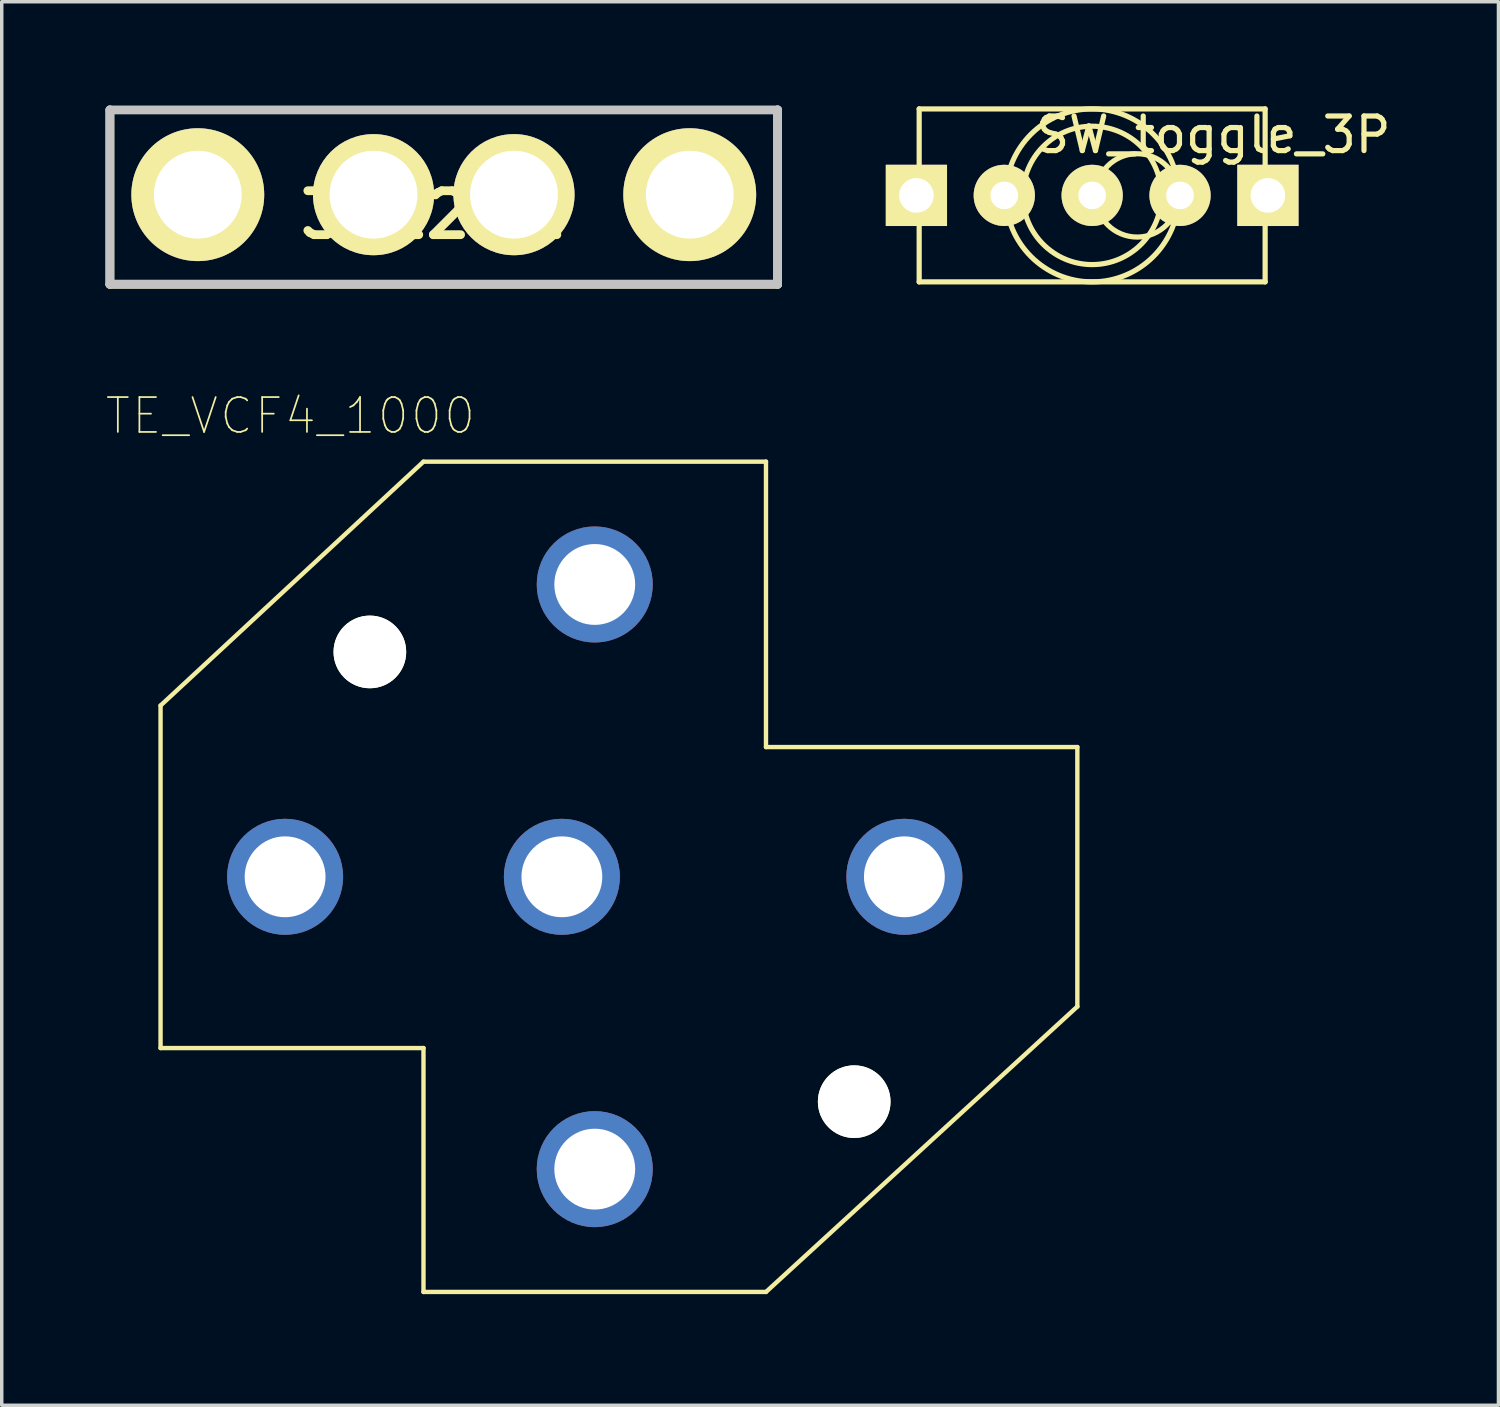
<source format=kicad_pcb>
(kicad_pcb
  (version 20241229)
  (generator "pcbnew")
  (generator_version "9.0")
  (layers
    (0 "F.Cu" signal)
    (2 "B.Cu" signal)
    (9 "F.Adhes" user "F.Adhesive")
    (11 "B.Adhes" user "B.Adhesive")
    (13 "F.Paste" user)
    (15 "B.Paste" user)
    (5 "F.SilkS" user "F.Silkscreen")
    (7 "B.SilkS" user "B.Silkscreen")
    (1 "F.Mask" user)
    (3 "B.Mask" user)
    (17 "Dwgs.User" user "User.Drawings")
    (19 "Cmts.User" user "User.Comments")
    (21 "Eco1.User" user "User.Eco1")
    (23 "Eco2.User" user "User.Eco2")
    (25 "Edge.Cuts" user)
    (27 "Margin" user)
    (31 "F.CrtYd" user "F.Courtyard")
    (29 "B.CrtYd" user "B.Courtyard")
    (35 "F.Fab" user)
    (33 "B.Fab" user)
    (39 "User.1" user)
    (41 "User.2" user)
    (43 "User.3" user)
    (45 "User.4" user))
  (footprint "3522-2"
    (layer "F.Cu")
    (at 9.777 0.727)
    (property "Reference" "3522-2" (at -0.3 2.432 0) (layer "F.SilkS") (effects (font (size 1.27 1.27) (thickness 0.254))))
    (attr through_hole)
    (fp_line (start -9.65 -0.6) (end -9.65 4.44) (stroke (width 0.254) (type solid)) (layer "F.SilkS"))
    (fp_line (start -9.65 4.44) (end 9.65 4.44) (stroke (width 0.254) (type solid)) (layer "F.SilkS"))
    (fp_line (start 9.65 4.44) (end 9.65 -0.6) (stroke (width 0.254) (type solid)) (layer "F.SilkS"))
    (fp_line (start -9.65 -0.6) (end 9.65 -0.6) (stroke (width 0.254) (type solid)) (layer "Dwgs.User"))
    (fp_line (start -9.65 4.44) (end -9.65 -0.6) (stroke (width 0.254) (type solid)) (layer "Dwgs.User"))
    (fp_line (start 9.65 -0.6) (end 9.65 4.44) (stroke (width 0.254) (type solid)) (layer "Dwgs.User"))
    (fp_line (start 9.65 4.44) (end -9.65 4.44) (stroke (width 0.254) (type solid)) (layer "Dwgs.User"))
    (pad "1" thru_hole circle (at -7.11 1.85 90) (size 3.84 3.84) (drill 2.54) (layers "*.Cu" "*.Mask" "F.SilkS"))
    (pad "2" thru_hole circle (at -2.03 1.85 90) (size 3.5 3.5) (drill 2.54) (layers "*.Cu" "*.Mask" "F.SilkS"))
    (pad "3" thru_hole circle (at 2.03 1.85 90) (size 3.5 3.5) (drill 2.54) (layers "*.Cu" "*.Mask" "F.SilkS"))
    (pad "4" thru_hole circle (at 7.11 1.85 90) (size 3.84 3.84) (drill 2.54) (layers "*.Cu" "*.Mask" "F.SilkS")))
  (footprint "SW_toggle_3P"
    (placed yes)
    (layer "F.Cu")
    (at 28.519 2.598)
    (property "Reference" "SW_toggle_3P" (at 3.5 -1.75 0) (layer "F.SilkS") (effects (font (size 1 1) (thickness 0.15))))
    (attr through_hole)
    (fp_line (start -5 -2.5) (end -5 2.5) (stroke (width 0.15) (type solid)) (layer "F.SilkS"))
    (fp_line (start -5 2.5) (end 5 2.5) (stroke (width 0.15) (type solid)) (layer "F.SilkS"))
    (fp_line (start 5 -2.5) (end -5 -2.5) (stroke (width 0.15) (type solid)) (layer "F.SilkS"))
    (fp_line (start 5 2.5) (end 5 -2.5) (stroke (width 0.15) (type solid)) (layer "F.SilkS"))
    (fp_circle (center 0 0) (end 0 -2.5) (stroke (width 0.15) (type solid)) (fill no) (layer "F.SilkS"))
    (fp_circle (center 0 0) (end 2 0) (stroke (width 0.15) (type solid)) (fill no) (layer "F.SilkS"))
    (fp_circle (center 1.3 0) (end 2.5 -0.1) (stroke (width 0.15) (type solid)) (fill no) (layer "F.SilkS"))
    (pad "1" thru_hole circle (at -2.54 0) (size 1.77 1.77) (drill 0.8) (layers "*.Cu" "*.Mask" "F.SilkS"))
    (pad "2" thru_hole circle (at 0 0) (size 1.77 1.77) (drill 0.8) (layers "*.Cu" "*.Mask" "F.SilkS"))
    (pad "3" thru_hole circle (at 2.54 0) (size 1.77 1.77) (drill 0.8) (layers "*.Cu" "*.Mask" "F.SilkS"))
    (pad "4" thru_hole rect (at 5.08 0) (size 1.77 1.77) (drill 1) (layers "*.Cu" "*.Mask" "F.SilkS"))
    (pad "5" thru_hole rect (at -5.08 0) (size 1.77 1.77) (drill 1) (layers "*.Cu" "*.Mask" "F.SilkS")))
  (footprint "TE_VCF4_1000"
    (layer "F.Cu")
    (at 14.141 22.294)
    (property "Reference" "TE_VCF4_1000" (at -8.798 -13.323 0) (layer "F.SilkS") (effects (font (size 1.007 1.007) (thickness 0.05))))
    (attr through_hole)
    (fp_line (start -12.55 -4.95) (end -4.95 -12) (stroke (width 0.127) (type solid)) (layer "F.SilkS"))
    (fp_line (start -12.55 4.95) (end -12.55 -4.95) (stroke (width 0.127) (type solid)) (layer "F.SilkS"))
    (fp_line (start -4.95 -12) (end 4.95 -12) (stroke (width 0.127) (type solid)) (layer "F.SilkS"))
    (fp_line (start -4.95 4.95) (end -12.55 4.95) (stroke (width 0.127) (type solid)) (layer "F.SilkS"))
    (fp_line (start -4.95 12) (end -4.95 4.95) (stroke (width 0.127) (type solid)) (layer "F.SilkS"))
    (fp_line (start 4.95 -12) (end 4.95 -3.75) (stroke (width 0.127) (type solid)) (layer "F.SilkS"))
    (fp_line (start 4.95 -3.75) (end 13.95 -3.75) (stroke (width 0.127) (type solid)) (layer "F.SilkS"))
    (fp_line (start 4.95 12) (end -4.95 12) (stroke (width 0.127) (type solid)) (layer "F.SilkS"))
    (fp_line (start 4.95 12) (end 13.95 3.75) (stroke (width 0.127) (type solid)) (layer "F.SilkS"))
    (fp_line (start 13.95 -3.75) (end 13.95 3.75) (stroke (width 0.127) (type solid)) (layer "F.SilkS"))
    (fp_line (start -12.8 -12.25) (end 14.2 -12.25) (stroke (width 0.05) (type solid)) (layer "Eco1.User"))
    (fp_line (start -12.8 12.25) (end -12.8 -12.25) (stroke (width 0.05) (type solid)) (layer "Eco1.User"))
    (fp_line (start 14.2 -12.25) (end 14.2 12.25) (stroke (width 0.05) (type solid)) (layer "Eco1.User"))
    (fp_line (start 14.2 12.25) (end -12.8 12.25) (stroke (width 0.05) (type solid)) (layer "Eco1.User"))
    (fp_line (start -12.55 -4.95) (end -4.95 -12) (stroke (width 0.127) (type solid)) (layer "Eco2.User"))
    (fp_line (start -12.55 4.95) (end -12.55 -4.95) (stroke (width 0.127) (type solid)) (layer "Eco2.User"))
    (fp_line (start -4.95 -12) (end 4.95 -12) (stroke (width 0.127) (type solid)) (layer "Eco2.User"))
    (fp_line (start -4.95 4.95) (end -12.55 4.95) (stroke (width 0.127) (type solid)) (layer "Eco2.User"))
    (fp_line (start -4.95 12) (end -4.95 4.95) (stroke (width 0.127) (type solid)) (layer "Eco2.User"))
    (fp_line (start 4.95 -12) (end 4.95 -3.75) (stroke (width 0.127) (type solid)) (layer "Eco2.User"))
    (fp_line (start 4.95 -3.75) (end 13.95 -3.75) (stroke (width 0.127) (type solid)) (layer "Eco2.User"))
    (fp_line (start 4.95 12) (end -4.95 12) (stroke (width 0.127) (type solid)) (layer "Eco2.User"))
    (fp_line (start 4.95 12) (end 13.95 3.75) (stroke (width 0.127) (type solid)) (layer "Eco2.User"))
    (fp_line (start 13.95 -3.75) (end 13.95 3.75) (stroke (width 0.127) (type solid)) (layer "Eco2.User"))
    (pad "" np_thru_hole circle (at -6.5 -6.5) (size 2.1 2.1) (drill 2.1) (layers "*.Cu" "*.Mask" "F.SilkS"))
    (pad "" np_thru_hole circle (at 7.5 6.5) (size 2.1 2.1) (drill 2.1) (layers "*.Cu" "*.Mask" "F.SilkS"))
    (pad "30" thru_hole circle (at 8.95 0) (size 3.353 3.353) (drill 2.337) (layers "*.Cu" "*.Mask"))
    (pad "85" thru_hole circle (at 0 8.45) (size 3.353 3.353) (drill 2.337) (layers "*.Cu" "*.Mask"))
    (pad "86" thru_hole circle (at 0 -8.45) (size 3.353 3.353) (drill 2.337) (layers "*.Cu" "*.Mask"))
    (pad "87" thru_hole circle (at -8.95 0) (size 3.353 3.353) (drill 2.337) (layers "*.Cu" "*.Mask"))
    (pad "87A" thru_hole circle (at -0.95 0) (size 3.353 3.353) (drill 2.337) (layers "*.Cu" "*.Mask")))
  (gr_rect
    (start -3 -3)
    (end 40.263 37.569)
    (stroke (width 0.1) (type default))
    (fill no)
    (layer "Edge.Cuts")))
</source>
